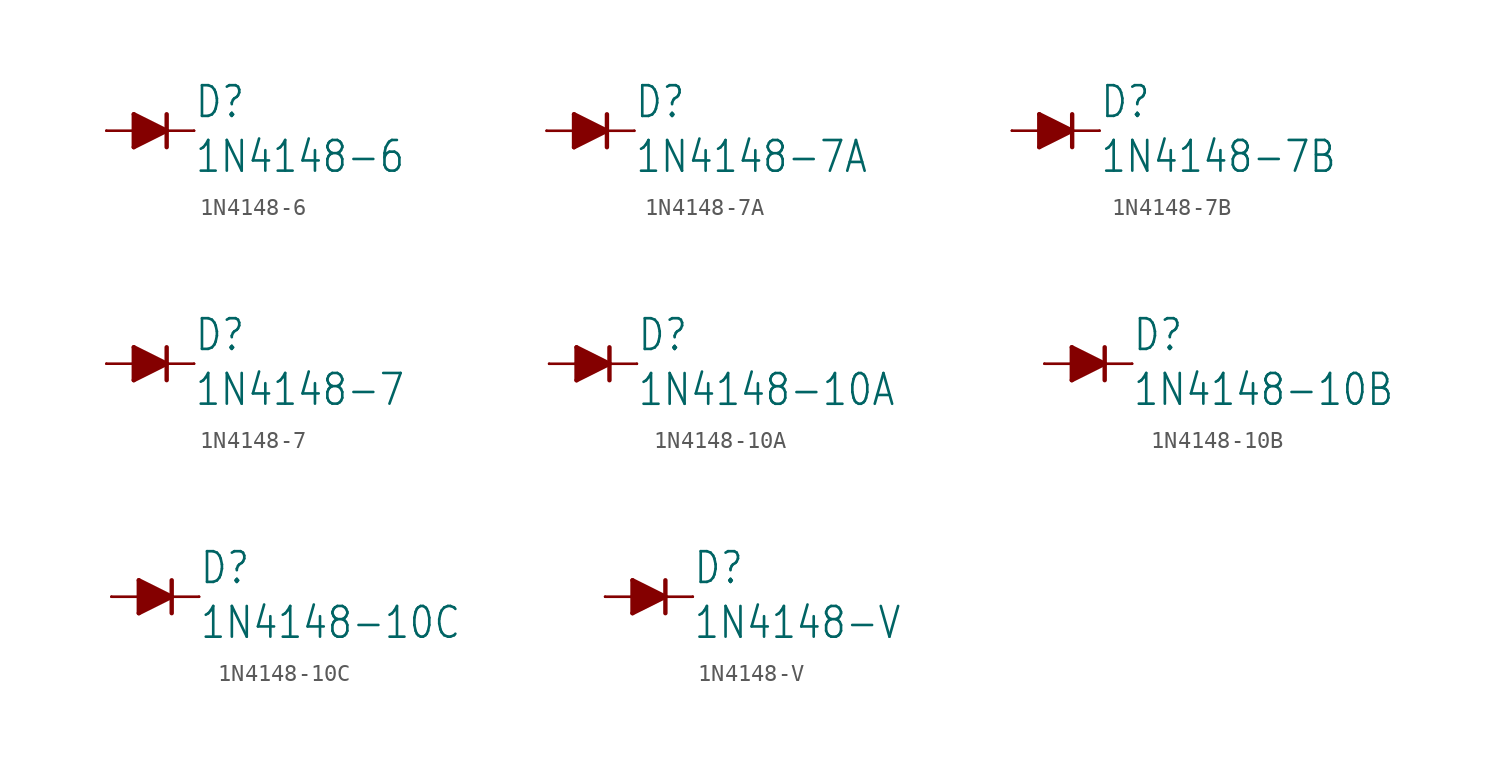
<source format=kicad_sym>
(kicad_symbol_lib
  (version 20211014)
  (generator kicad_symbol_editor)
  (symbol "1N4148-6"
    (property "Reference" "D"
      (at 2.54 0.635 0)
      (effects (font (size 1.778 1.511)) (justify left bottom)))
    (property "Value" "1N4148-6"
      (at 2.54 -2.54 0)
      (effects (font (size 1.778 1.511)) (justify left bottom)))
    (property "ki_locked" ""
      (at 0 0 0)
      (effects (font (size 1.27 1.27))))
    (symbol "1N4148-6_1_0"
      (polyline (pts (xy -0.953 -0.953) (xy 0.953 0)) (stroke (width 0.254) (type default) (color 0 0 0 0)) (fill (type none)))
      (polyline (pts (xy -0.953 0) (xy -2.54 0)) (stroke (width 0.152) (type default) (color 0 0 0 0)) (fill (type none)))
      (polyline (pts (xy -0.953 0) (xy -0.953 -0.953)) (stroke (width 0.254) (type default) (color 0 0 0 0)) (fill (type none)))
      (polyline (pts (xy -0.953 0.953) (xy -0.953 0)) (stroke (width 0.254) (type default) (color 0 0 0 0)) (fill (type none)))
      (polyline (pts (xy 0.953 0) (xy -0.953 0.953)) (stroke (width 0.254) (type default) (color 0 0 0 0)) (fill (type none)))
      (polyline (pts (xy 0.953 0) (xy 0.953 -0.953)) (stroke (width 0.254) (type default) (color 0 0 0 0)) (fill (type none)))
      (polyline (pts (xy 0.953 0) (xy 2.54 0)) (stroke (width 0.152) (type default) (color 0 0 0 0)) (fill (type none)))
      (polyline (pts (xy 0.953 0.953) (xy 0.953 0)) (stroke (width 0.254) (type default) (color 0 0 0 0)) (fill (type none)))
      (polyline (pts (xy -0.953 0.953) (xy 0.953 0) (xy -0.953 -0.953)) (stroke (width 0) (type default) (color 0 0 0 0)) (fill (type outline)))
      (pin passive line (at -2.54 0 0) (length 0) (name "A" (effects (font (size 0 0)))) (number "A" (effects (font (size 0 0)))))
      (pin passive line (at 2.54 0 180) (length 0) (name "C" (effects (font (size 0 0)))) (number "C" (effects (font (size 0 0)))))))
  (symbol "1N4148-7A"
    (property "Reference" "D"
      (at 2.54 0.635 0)
      (effects (font (size 1.778 1.511)) (justify left bottom)))
    (property "Value" "1N4148-7A"
      (at 2.54 -2.54 0)
      (effects (font (size 1.778 1.511)) (justify left bottom)))
    (property "ki_locked" ""
      (at 0 0 0)
      (effects (font (size 1.27 1.27))))
    (symbol "1N4148-7A_1_0"
      (polyline (pts (xy -0.953 -0.953) (xy 0.953 0)) (stroke (width 0.254) (type default) (color 0 0 0 0)) (fill (type none)))
      (polyline (pts (xy -0.953 0) (xy -2.54 0)) (stroke (width 0.152) (type default) (color 0 0 0 0)) (fill (type none)))
      (polyline (pts (xy -0.953 0) (xy -0.953 -0.953)) (stroke (width 0.254) (type default) (color 0 0 0 0)) (fill (type none)))
      (polyline (pts (xy -0.953 0.953) (xy -0.953 0)) (stroke (width 0.254) (type default) (color 0 0 0 0)) (fill (type none)))
      (polyline (pts (xy 0.953 0) (xy -0.953 0.953)) (stroke (width 0.254) (type default) (color 0 0 0 0)) (fill (type none)))
      (polyline (pts (xy 0.953 0) (xy 0.953 -0.953)) (stroke (width 0.254) (type default) (color 0 0 0 0)) (fill (type none)))
      (polyline (pts (xy 0.953 0) (xy 2.54 0)) (stroke (width 0.152) (type default) (color 0 0 0 0)) (fill (type none)))
      (polyline (pts (xy 0.953 0.953) (xy 0.953 0)) (stroke (width 0.254) (type default) (color 0 0 0 0)) (fill (type none)))
      (polyline (pts (xy -0.953 0.953) (xy 0.953 0) (xy -0.953 -0.953)) (stroke (width 0) (type default) (color 0 0 0 0)) (fill (type outline)))
      (pin passive line (at -2.54 0 0) (length 0) (name "A" (effects (font (size 0 0)))) (number "A" (effects (font (size 0 0)))))
      (pin passive line (at 2.54 0 180) (length 0) (name "C" (effects (font (size 0 0)))) (number "C" (effects (font (size 0 0)))))))
  (symbol "1N4148-7B"
    (property "Reference" "D"
      (at 2.54 0.635 0)
      (effects (font (size 1.778 1.511)) (justify left bottom)))
    (property "Value" "1N4148-7B"
      (at 2.54 -2.54 0)
      (effects (font (size 1.778 1.511)) (justify left bottom)))
    (property "ki_locked" ""
      (at 0 0 0)
      (effects (font (size 1.27 1.27))))
    (symbol "1N4148-7B_1_0"
      (polyline (pts (xy -0.953 -0.953) (xy 0.953 0)) (stroke (width 0.254) (type default) (color 0 0 0 0)) (fill (type none)))
      (polyline (pts (xy -0.953 0) (xy -2.54 0)) (stroke (width 0.152) (type default) (color 0 0 0 0)) (fill (type none)))
      (polyline (pts (xy -0.953 0) (xy -0.953 -0.953)) (stroke (width 0.254) (type default) (color 0 0 0 0)) (fill (type none)))
      (polyline (pts (xy -0.953 0.953) (xy -0.953 0)) (stroke (width 0.254) (type default) (color 0 0 0 0)) (fill (type none)))
      (polyline (pts (xy 0.953 0) (xy -0.953 0.953)) (stroke (width 0.254) (type default) (color 0 0 0 0)) (fill (type none)))
      (polyline (pts (xy 0.953 0) (xy 0.953 -0.953)) (stroke (width 0.254) (type default) (color 0 0 0 0)) (fill (type none)))
      (polyline (pts (xy 0.953 0) (xy 2.54 0)) (stroke (width 0.152) (type default) (color 0 0 0 0)) (fill (type none)))
      (polyline (pts (xy 0.953 0.953) (xy 0.953 0)) (stroke (width 0.254) (type default) (color 0 0 0 0)) (fill (type none)))
      (polyline (pts (xy -0.953 0.953) (xy 0.953 0) (xy -0.953 -0.953)) (stroke (width 0) (type default) (color 0 0 0 0)) (fill (type outline)))
      (pin passive line (at -2.54 0 0) (length 0) (name "A" (effects (font (size 0 0)))) (number "A" (effects (font (size 0 0)))))
      (pin passive line (at 2.54 0 180) (length 0) (name "C" (effects (font (size 0 0)))) (number "C" (effects (font (size 0 0)))))))
  (symbol "1N4148-7"
    (property "Reference" "D"
      (at 2.54 0.635 0)
      (effects (font (size 1.778 1.511)) (justify left bottom)))
    (property "Value" "1N4148-7"
      (at 2.54 -2.54 0)
      (effects (font (size 1.778 1.511)) (justify left bottom)))
    (property "ki_locked" ""
      (at 0 0 0)
      (effects (font (size 1.27 1.27))))
    (symbol "1N4148-7_1_0"
      (polyline (pts (xy -0.953 -0.953) (xy 0.953 0)) (stroke (width 0.254) (type default) (color 0 0 0 0)) (fill (type none)))
      (polyline (pts (xy -0.953 0) (xy -2.54 0)) (stroke (width 0.152) (type default) (color 0 0 0 0)) (fill (type none)))
      (polyline (pts (xy -0.953 0) (xy -0.953 -0.953)) (stroke (width 0.254) (type default) (color 0 0 0 0)) (fill (type none)))
      (polyline (pts (xy -0.953 0.953) (xy -0.953 0)) (stroke (width 0.254) (type default) (color 0 0 0 0)) (fill (type none)))
      (polyline (pts (xy 0.953 0) (xy -0.953 0.953)) (stroke (width 0.254) (type default) (color 0 0 0 0)) (fill (type none)))
      (polyline (pts (xy 0.953 0) (xy 0.953 -0.953)) (stroke (width 0.254) (type default) (color 0 0 0 0)) (fill (type none)))
      (polyline (pts (xy 0.953 0) (xy 2.54 0)) (stroke (width 0.152) (type default) (color 0 0 0 0)) (fill (type none)))
      (polyline (pts (xy 0.953 0.953) (xy 0.953 0)) (stroke (width 0.254) (type default) (color 0 0 0 0)) (fill (type none)))
      (polyline (pts (xy -0.953 0.953) (xy 0.953 0) (xy -0.953 -0.953)) (stroke (width 0) (type default) (color 0 0 0 0)) (fill (type outline)))
      (pin passive line (at -2.54 0 0) (length 0) (name "A" (effects (font (size 0 0)))) (number "A" (effects (font (size 0 0)))))
      (pin passive line (at 2.54 0 180) (length 0) (name "C" (effects (font (size 0 0)))) (number "C" (effects (font (size 0 0)))))))
  (symbol "1N4148-10A"
    (property "Reference" "D"
      (at 2.54 0.635 0)
      (effects (font (size 1.778 1.511)) (justify left bottom)))
    (property "Value" "1N4148-10A"
      (at 2.54 -2.54 0)
      (effects (font (size 1.778 1.511)) (justify left bottom)))
    (property "ki_locked" ""
      (at 0 0 0)
      (effects (font (size 1.27 1.27))))
    (symbol "1N4148-10A_1_0"
      (polyline (pts (xy -0.953 -0.953) (xy 0.953 0)) (stroke (width 0.254) (type default) (color 0 0 0 0)) (fill (type none)))
      (polyline (pts (xy -0.953 0) (xy -2.54 0)) (stroke (width 0.152) (type default) (color 0 0 0 0)) (fill (type none)))
      (polyline (pts (xy -0.953 0) (xy -0.953 -0.953)) (stroke (width 0.254) (type default) (color 0 0 0 0)) (fill (type none)))
      (polyline (pts (xy -0.953 0.953) (xy -0.953 0)) (stroke (width 0.254) (type default) (color 0 0 0 0)) (fill (type none)))
      (polyline (pts (xy 0.953 0) (xy -0.953 0.953)) (stroke (width 0.254) (type default) (color 0 0 0 0)) (fill (type none)))
      (polyline (pts (xy 0.953 0) (xy 0.953 -0.953)) (stroke (width 0.254) (type default) (color 0 0 0 0)) (fill (type none)))
      (polyline (pts (xy 0.953 0) (xy 2.54 0)) (stroke (width 0.152) (type default) (color 0 0 0 0)) (fill (type none)))
      (polyline (pts (xy 0.953 0.953) (xy 0.953 0)) (stroke (width 0.254) (type default) (color 0 0 0 0)) (fill (type none)))
      (polyline (pts (xy -0.953 0.953) (xy 0.953 0) (xy -0.953 -0.953)) (stroke (width 0) (type default) (color 0 0 0 0)) (fill (type outline)))
      (pin passive line (at -2.54 0 0) (length 0) (name "A" (effects (font (size 0 0)))) (number "A" (effects (font (size 0 0)))))
      (pin passive line (at 2.54 0 180) (length 0) (name "C" (effects (font (size 0 0)))) (number "C" (effects (font (size 0 0)))))))
  (symbol "1N4148-10B"
    (property "Reference" "D"
      (at 2.54 0.635 0)
      (effects (font (size 1.778 1.511)) (justify left bottom)))
    (property "Value" "1N4148-10B"
      (at 2.54 -2.54 0)
      (effects (font (size 1.778 1.511)) (justify left bottom)))
    (property "ki_locked" ""
      (at 0 0 0)
      (effects (font (size 1.27 1.27))))
    (symbol "1N4148-10B_1_0"
      (polyline (pts (xy -0.953 -0.953) (xy 0.953 0)) (stroke (width 0.254) (type default) (color 0 0 0 0)) (fill (type none)))
      (polyline (pts (xy -0.953 0) (xy -2.54 0)) (stroke (width 0.152) (type default) (color 0 0 0 0)) (fill (type none)))
      (polyline (pts (xy -0.953 0) (xy -0.953 -0.953)) (stroke (width 0.254) (type default) (color 0 0 0 0)) (fill (type none)))
      (polyline (pts (xy -0.953 0.953) (xy -0.953 0)) (stroke (width 0.254) (type default) (color 0 0 0 0)) (fill (type none)))
      (polyline (pts (xy 0.953 0) (xy -0.953 0.953)) (stroke (width 0.254) (type default) (color 0 0 0 0)) (fill (type none)))
      (polyline (pts (xy 0.953 0) (xy 0.953 -0.953)) (stroke (width 0.254) (type default) (color 0 0 0 0)) (fill (type none)))
      (polyline (pts (xy 0.953 0) (xy 2.54 0)) (stroke (width 0.152) (type default) (color 0 0 0 0)) (fill (type none)))
      (polyline (pts (xy 0.953 0.953) (xy 0.953 0)) (stroke (width 0.254) (type default) (color 0 0 0 0)) (fill (type none)))
      (polyline (pts (xy -0.953 0.953) (xy 0.953 0) (xy -0.953 -0.953)) (stroke (width 0) (type default) (color 0 0 0 0)) (fill (type outline)))
      (pin passive line (at -2.54 0 0) (length 0) (name "A" (effects (font (size 0 0)))) (number "A" (effects (font (size 0 0)))))
      (pin passive line (at 2.54 0 180) (length 0) (name "C" (effects (font (size 0 0)))) (number "C" (effects (font (size 0 0)))))))
  (symbol "1N4148-10C"
    (property "Reference" "D"
      (at 2.54 0.635 0)
      (effects (font (size 1.778 1.511)) (justify left bottom)))
    (property "Value" "1N4148-10C"
      (at 2.54 -2.54 0)
      (effects (font (size 1.778 1.511)) (justify left bottom)))
    (property "ki_locked" ""
      (at 0 0 0)
      (effects (font (size 1.27 1.27))))
    (symbol "1N4148-10C_1_0"
      (polyline (pts (xy -0.953 -0.953) (xy 0.953 0)) (stroke (width 0.254) (type default) (color 0 0 0 0)) (fill (type none)))
      (polyline (pts (xy -0.953 0) (xy -2.54 0)) (stroke (width 0.152) (type default) (color 0 0 0 0)) (fill (type none)))
      (polyline (pts (xy -0.953 0) (xy -0.953 -0.953)) (stroke (width 0.254) (type default) (color 0 0 0 0)) (fill (type none)))
      (polyline (pts (xy -0.953 0.953) (xy -0.953 0)) (stroke (width 0.254) (type default) (color 0 0 0 0)) (fill (type none)))
      (polyline (pts (xy 0.953 0) (xy -0.953 0.953)) (stroke (width 0.254) (type default) (color 0 0 0 0)) (fill (type none)))
      (polyline (pts (xy 0.953 0) (xy 0.953 -0.953)) (stroke (width 0.254) (type default) (color 0 0 0 0)) (fill (type none)))
      (polyline (pts (xy 0.953 0) (xy 2.54 0)) (stroke (width 0.152) (type default) (color 0 0 0 0)) (fill (type none)))
      (polyline (pts (xy 0.953 0.953) (xy 0.953 0)) (stroke (width 0.254) (type default) (color 0 0 0 0)) (fill (type none)))
      (polyline (pts (xy -0.953 0.953) (xy 0.953 0) (xy -0.953 -0.953)) (stroke (width 0) (type default) (color 0 0 0 0)) (fill (type outline)))
      (pin passive line (at -2.54 0 0) (length 0) (name "A" (effects (font (size 0 0)))) (number "A" (effects (font (size 0 0)))))
      (pin passive line (at 2.54 0 180) (length 0) (name "C" (effects (font (size 0 0)))) (number "C" (effects (font (size 0 0)))))))
  (symbol "1N4148-V"
    (property "Reference" "D"
      (at 2.54 0.635 0)
      (effects (font (size 1.778 1.511)) (justify left bottom)))
    (property "Value" "1N4148-V"
      (at 2.54 -2.54 0)
      (effects (font (size 1.778 1.511)) (justify left bottom)))
    (property "ki_locked" ""
      (at 0 0 0)
      (effects (font (size 1.27 1.27))))
    (symbol "1N4148-V_1_0"
      (polyline (pts (xy -0.953 -0.953) (xy 0.953 0)) (stroke (width 0.254) (type default) (color 0 0 0 0)) (fill (type none)))
      (polyline (pts (xy -0.953 0) (xy -2.54 0)) (stroke (width 0.152) (type default) (color 0 0 0 0)) (fill (type none)))
      (polyline (pts (xy -0.953 0) (xy -0.953 -0.953)) (stroke (width 0.254) (type default) (color 0 0 0 0)) (fill (type none)))
      (polyline (pts (xy -0.953 0.953) (xy -0.953 0)) (stroke (width 0.254) (type default) (color 0 0 0 0)) (fill (type none)))
      (polyline (pts (xy 0.953 0) (xy -0.953 0.953)) (stroke (width 0.254) (type default) (color 0 0 0 0)) (fill (type none)))
      (polyline (pts (xy 0.953 0) (xy 0.953 -0.953)) (stroke (width 0.254) (type default) (color 0 0 0 0)) (fill (type none)))
      (polyline (pts (xy 0.953 0) (xy 2.54 0)) (stroke (width 0.152) (type default) (color 0 0 0 0)) (fill (type none)))
      (polyline (pts (xy 0.953 0.953) (xy 0.953 0)) (stroke (width 0.254) (type default) (color 0 0 0 0)) (fill (type none)))
      (polyline (pts (xy -0.953 0.953) (xy 0.953 0) (xy -0.953 -0.953)) (stroke (width 0) (type default) (color 0 0 0 0)) (fill (type outline)))
      (pin passive line (at -2.54 0 0) (length 0) (name "A" (effects (font (size 0 0)))) (number "A" (effects (font (size 0 0)))))
      (pin passive line (at 2.54 0 180) (length 0) (name "C" (effects (font (size 0 0)))) (number "C" (effects (font (size 0 0))))))))
</source>
